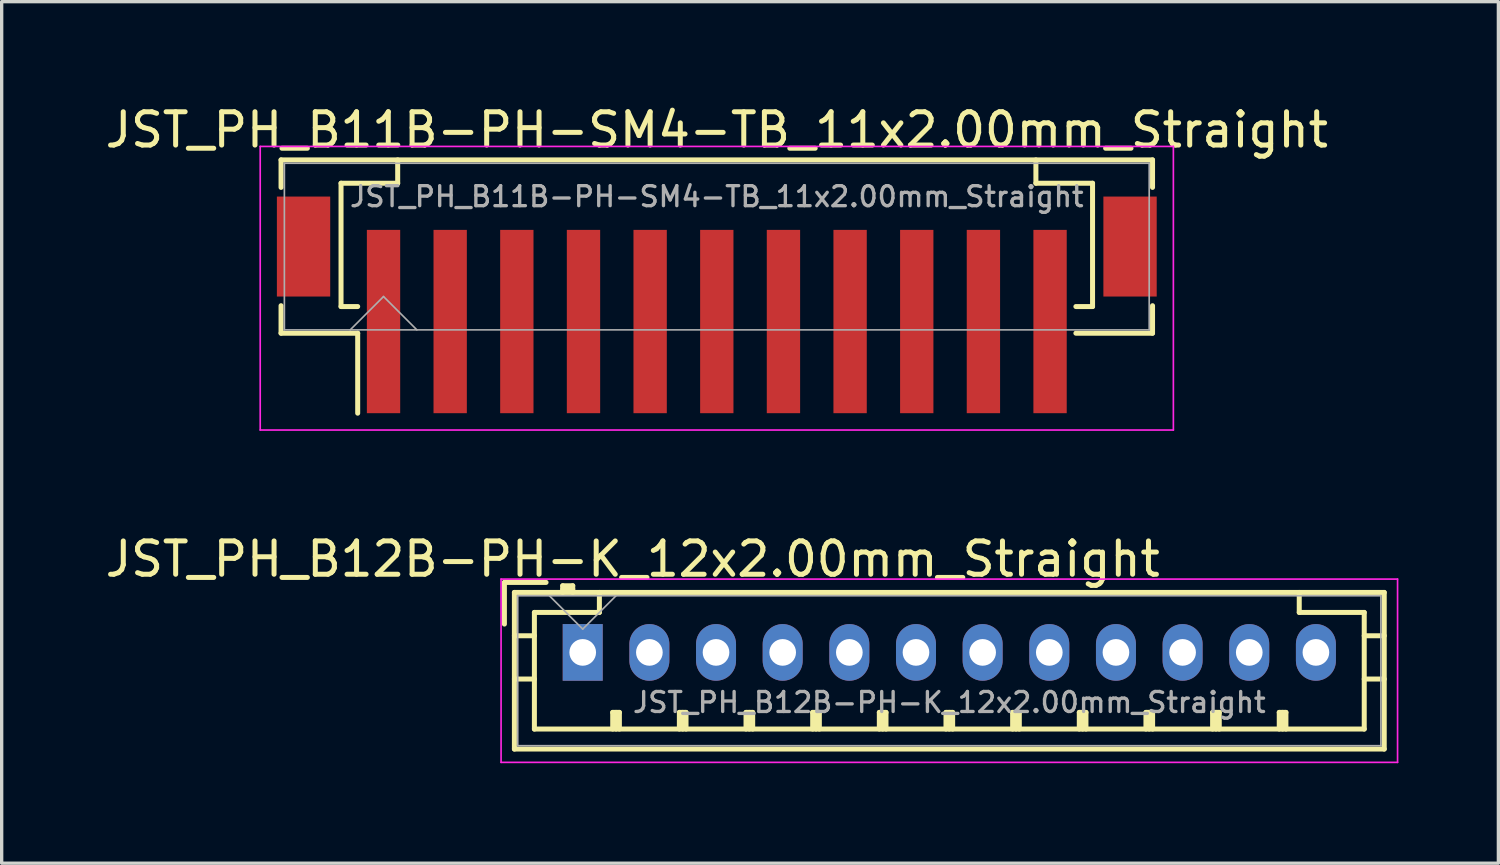
<source format=kicad_pcb>
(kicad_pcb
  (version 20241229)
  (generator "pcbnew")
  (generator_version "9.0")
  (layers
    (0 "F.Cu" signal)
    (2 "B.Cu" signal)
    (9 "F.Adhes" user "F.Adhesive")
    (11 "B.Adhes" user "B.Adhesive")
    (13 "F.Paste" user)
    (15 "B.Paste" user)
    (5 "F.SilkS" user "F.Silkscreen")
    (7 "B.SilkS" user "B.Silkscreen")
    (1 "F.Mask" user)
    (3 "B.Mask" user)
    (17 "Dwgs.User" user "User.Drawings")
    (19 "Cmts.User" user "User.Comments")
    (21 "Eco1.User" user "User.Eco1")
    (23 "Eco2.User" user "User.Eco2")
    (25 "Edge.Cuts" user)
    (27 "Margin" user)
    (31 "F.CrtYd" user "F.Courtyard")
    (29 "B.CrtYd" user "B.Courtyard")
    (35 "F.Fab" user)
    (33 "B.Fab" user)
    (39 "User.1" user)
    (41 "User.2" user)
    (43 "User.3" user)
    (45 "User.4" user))
  (footprint "JST_PH_B11B-PH-SM4-TB_11x2.00mm_Straight"
    (layer "F.Cu")
    (at 18.458 5.473)
    (property "Reference" "JST_PH_B11B-PH-SM4-TB_11x2.00mm_Straight" (at 0 -2.625 0) (layer "F.Fab") (effects (font (size 0.6 0.6) (thickness 0.1))))
    (attr smd)
    (fp_line (start -13.075 -3.725) (end 13.075 -3.725) (stroke (width 0.15) (type solid)) (layer "F.SilkS"))
    (fp_line (start -13.075 -2.9) (end -13.075 -3.725) (stroke (width 0.15) (type solid)) (layer "F.SilkS"))
    (fp_line (start -13.075 0.65) (end -13.075 1.475) (stroke (width 0.15) (type solid)) (layer "F.SilkS"))
    (fp_line (start -13.075 1.475) (end -10.775 1.475) (stroke (width 0.15) (type solid)) (layer "F.SilkS"))
    (fp_line (start -11.275 -3.025) (end -11.275 0.675) (stroke (width 0.15) (type solid)) (layer "F.SilkS"))
    (fp_line (start -11.275 0.675) (end -10.775 0.675) (stroke (width 0.15) (type solid)) (layer "F.SilkS"))
    (fp_line (start -10.775 1.475) (end -10.775 3.875) (stroke (width 0.15) (type solid)) (layer "F.SilkS"))
    (fp_line (start -9.575 -3.725) (end -9.575 -3.025) (stroke (width 0.15) (type solid)) (layer "F.SilkS"))
    (fp_line (start -9.575 -3.025) (end -11.275 -3.025) (stroke (width 0.15) (type solid)) (layer "F.SilkS"))
    (fp_line (start 9.575 -3.725) (end 9.575 -3.025) (stroke (width 0.15) (type solid)) (layer "F.SilkS"))
    (fp_line (start 9.575 -3.025) (end 11.275 -3.025) (stroke (width 0.15) (type solid)) (layer "F.SilkS"))
    (fp_line (start 11.275 -3.025) (end 11.275 0.675) (stroke (width 0.15) (type solid)) (layer "F.SilkS"))
    (fp_line (start 11.275 0.675) (end 10.775 0.675) (stroke (width 0.15) (type solid)) (layer "F.SilkS"))
    (fp_line (start 13.075 -3.725) (end 13.075 -2.9) (stroke (width 0.15) (type solid)) (layer "F.SilkS"))
    (fp_line (start 13.075 0.65) (end 13.075 1.475) (stroke (width 0.15) (type solid)) (layer "F.SilkS"))
    (fp_line (start 13.075 1.475) (end 10.775 1.475) (stroke (width 0.15) (type solid)) (layer "F.SilkS"))
    (fp_line (start -13.7 -4.13) (end -13.7 4.38) (stroke (width 0.05) (type solid)) (layer "F.CrtYd"))
    (fp_line (start -13.7 4.38) (end 13.7 4.38) (stroke (width 0.05) (type solid)) (layer "F.CrtYd"))
    (fp_line (start 13.7 -4.13) (end -13.7 -4.13) (stroke (width 0.05) (type solid)) (layer "F.CrtYd"))
    (fp_line (start 13.7 4.38) (end 13.7 -4.13) (stroke (width 0.05) (type solid)) (layer "F.CrtYd"))
    (fp_line (start -12.975 -3.625) (end -12.975 1.375) (stroke (width 0.05) (type solid)) (layer "F.Fab"))
    (fp_line (start -12.975 1.375) (end 12.975 1.375) (stroke (width 0.05) (type solid)) (layer "F.Fab"))
    (fp_line (start -11 1.375) (end -10 0.375) (stroke (width 0.05) (type solid)) (layer "F.Fab"))
    (fp_line (start -10 0.375) (end -9 1.375) (stroke (width 0.05) (type solid)) (layer "F.Fab"))
    (fp_line (start 12.975 -3.625) (end -12.975 -3.625) (stroke (width 0.05) (type solid)) (layer "F.Fab"))
    (fp_line (start 12.975 1.375) (end 12.975 -3.625) (stroke (width 0.05) (type solid)) (layer "F.Fab"))
    (fp_text user "${REFERENCE}" (at 0 -4.625 0) (layer "F.SilkS") (effects (font (size 1 1) (thickness 0.15))))
    (pad "" smd rect (at -12.4 -1.125) (size 1.6 3) (layers "F.Cu" "F.Mask" "F.Paste"))
    (pad "" smd rect (at 12.4 -1.125) (size 1.6 3) (layers "F.Cu" "F.Mask" "F.Paste"))
    (pad "1" smd rect (at -10 1.125) (size 1 5.5) (layers "F.Cu" "F.Mask" "F.Paste"))
    (pad "2" smd rect (at -8 1.125) (size 1 5.5) (layers "F.Cu" "F.Mask" "F.Paste"))
    (pad "3" smd rect (at -6 1.125) (size 1 5.5) (layers "F.Cu" "F.Mask" "F.Paste"))
    (pad "4" smd rect (at -4 1.125) (size 1 5.5) (layers "F.Cu" "F.Mask" "F.Paste"))
    (pad "5" smd rect (at -2 1.125) (size 1 5.5) (layers "F.Cu" "F.Mask" "F.Paste"))
    (pad "6" smd rect (at 0 1.125) (size 1 5.5) (layers "F.Cu" "F.Mask" "F.Paste"))
    (pad "7" smd rect (at 2 1.125) (size 1 5.5) (layers "F.Cu" "F.Mask" "F.Paste"))
    (pad "8" smd rect (at 4 1.125) (size 1 5.5) (layers "F.Cu" "F.Mask" "F.Paste"))
    (pad "9" smd rect (at 6 1.125) (size 1 5.5) (layers "F.Cu" "F.Mask" "F.Paste"))
    (pad "10" smd rect (at 8 1.125) (size 1 5.5) (layers "F.Cu" "F.Mask" "F.Paste"))
    (pad "11" smd rect (at 10 1.125) (size 1 5.5) (layers "F.Cu" "F.Mask" "F.Paste")))
  (footprint "JST_PH_B12B-PH-K_12x2.00mm_Straight"
    (layer "F.Cu")
    (at 14.435 16.526)
    (property "Reference" "JST_PH_B12B-PH-K_12x2.00mm_Straight" (at 11 1.5 0) (layer "F.Fab") (effects (font (size 0.6 0.6) (thickness 0.1))))
    (attr through_hole)
    (fp_line (start -2.35 -2.1) (end -2.35 -0.85) (stroke (width 0.15) (type solid)) (layer "F.SilkS"))
    (fp_line (start -2.05 -1.8) (end -2.05 2.9) (stroke (width 0.15) (type solid)) (layer "F.SilkS"))
    (fp_line (start -2.05 -0.5) (end -1.45 -0.5) (stroke (width 0.15) (type solid)) (layer "F.SilkS"))
    (fp_line (start -2.05 0.8) (end -1.45 0.8) (stroke (width 0.15) (type solid)) (layer "F.SilkS"))
    (fp_line (start -2.05 2.9) (end 24.05 2.9) (stroke (width 0.15) (type solid)) (layer "F.SilkS"))
    (fp_line (start -1.45 -1.2) (end -1.45 2.3) (stroke (width 0.15) (type solid)) (layer "F.SilkS"))
    (fp_line (start -1.45 2.3) (end 23.45 2.3) (stroke (width 0.15) (type solid)) (layer "F.SilkS"))
    (fp_line (start -1.1 -2.1) (end -2.35 -2.1) (stroke (width 0.15) (type solid)) (layer "F.SilkS"))
    (fp_line (start -0.6 -2) (end -0.6 -1.8) (stroke (width 0.15) (type solid)) (layer "F.SilkS"))
    (fp_line (start -0.3 -2) (end -0.6 -2) (stroke (width 0.15) (type solid)) (layer "F.SilkS"))
    (fp_line (start -0.3 -1.9) (end -0.6 -1.9) (stroke (width 0.15) (type solid)) (layer "F.SilkS"))
    (fp_line (start -0.3 -1.8) (end -0.3 -2) (stroke (width 0.15) (type solid)) (layer "F.SilkS"))
    (fp_line (start 0.5 -1.8) (end 0.5 -1.2) (stroke (width 0.15) (type solid)) (layer "F.SilkS"))
    (fp_line (start 0.5 -1.2) (end -1.45 -1.2) (stroke (width 0.15) (type solid)) (layer "F.SilkS"))
    (fp_line (start 0.9 1.8) (end 1.1 1.8) (stroke (width 0.15) (type solid)) (layer "F.SilkS"))
    (fp_line (start 0.9 2.3) (end 0.9 1.8) (stroke (width 0.15) (type solid)) (layer "F.SilkS"))
    (fp_line (start 1 2.3) (end 1 1.8) (stroke (width 0.15) (type solid)) (layer "F.SilkS"))
    (fp_line (start 1.1 1.8) (end 1.1 2.3) (stroke (width 0.15) (type solid)) (layer "F.SilkS"))
    (fp_line (start 2.9 1.8) (end 3.1 1.8) (stroke (width 0.15) (type solid)) (layer "F.SilkS"))
    (fp_line (start 2.9 2.3) (end 2.9 1.8) (stroke (width 0.15) (type solid)) (layer "F.SilkS"))
    (fp_line (start 3 2.3) (end 3 1.8) (stroke (width 0.15) (type solid)) (layer "F.SilkS"))
    (fp_line (start 3.1 1.8) (end 3.1 2.3) (stroke (width 0.15) (type solid)) (layer "F.SilkS"))
    (fp_line (start 4.9 1.8) (end 5.1 1.8) (stroke (width 0.15) (type solid)) (layer "F.SilkS"))
    (fp_line (start 4.9 2.3) (end 4.9 1.8) (stroke (width 0.15) (type solid)) (layer "F.SilkS"))
    (fp_line (start 5 2.3) (end 5 1.8) (stroke (width 0.15) (type solid)) (layer "F.SilkS"))
    (fp_line (start 5.1 1.8) (end 5.1 2.3) (stroke (width 0.15) (type solid)) (layer "F.SilkS"))
    (fp_line (start 6.9 1.8) (end 7.1 1.8) (stroke (width 0.15) (type solid)) (layer "F.SilkS"))
    (fp_line (start 6.9 2.3) (end 6.9 1.8) (stroke (width 0.15) (type solid)) (layer "F.SilkS"))
    (fp_line (start 7 2.3) (end 7 1.8) (stroke (width 0.15) (type solid)) (layer "F.SilkS"))
    (fp_line (start 7.1 1.8) (end 7.1 2.3) (stroke (width 0.15) (type solid)) (layer "F.SilkS"))
    (fp_line (start 8.9 1.8) (end 9.1 1.8) (stroke (width 0.15) (type solid)) (layer "F.SilkS"))
    (fp_line (start 8.9 2.3) (end 8.9 1.8) (stroke (width 0.15) (type solid)) (layer "F.SilkS"))
    (fp_line (start 9 2.3) (end 9 1.8) (stroke (width 0.15) (type solid)) (layer "F.SilkS"))
    (fp_line (start 9.1 1.8) (end 9.1 2.3) (stroke (width 0.15) (type solid)) (layer "F.SilkS"))
    (fp_line (start 10.9 1.8) (end 11.1 1.8) (stroke (width 0.15) (type solid)) (layer "F.SilkS"))
    (fp_line (start 10.9 2.3) (end 10.9 1.8) (stroke (width 0.15) (type solid)) (layer "F.SilkS"))
    (fp_line (start 11 2.3) (end 11 1.8) (stroke (width 0.15) (type solid)) (layer "F.SilkS"))
    (fp_line (start 11.1 1.8) (end 11.1 2.3) (stroke (width 0.15) (type solid)) (layer "F.SilkS"))
    (fp_line (start 12.9 1.8) (end 13.1 1.8) (stroke (width 0.15) (type solid)) (layer "F.SilkS"))
    (fp_line (start 12.9 2.3) (end 12.9 1.8) (stroke (width 0.15) (type solid)) (layer "F.SilkS"))
    (fp_line (start 13 2.3) (end 13 1.8) (stroke (width 0.15) (type solid)) (layer "F.SilkS"))
    (fp_line (start 13.1 1.8) (end 13.1 2.3) (stroke (width 0.15) (type solid)) (layer "F.SilkS"))
    (fp_line (start 14.9 1.8) (end 15.1 1.8) (stroke (width 0.15) (type solid)) (layer "F.SilkS"))
    (fp_line (start 14.9 2.3) (end 14.9 1.8) (stroke (width 0.15) (type solid)) (layer "F.SilkS"))
    (fp_line (start 15 2.3) (end 15 1.8) (stroke (width 0.15) (type solid)) (layer "F.SilkS"))
    (fp_line (start 15.1 1.8) (end 15.1 2.3) (stroke (width 0.15) (type solid)) (layer "F.SilkS"))
    (fp_line (start 16.9 1.8) (end 17.1 1.8) (stroke (width 0.15) (type solid)) (layer "F.SilkS"))
    (fp_line (start 16.9 2.3) (end 16.9 1.8) (stroke (width 0.15) (type solid)) (layer "F.SilkS"))
    (fp_line (start 17 2.3) (end 17 1.8) (stroke (width 0.15) (type solid)) (layer "F.SilkS"))
    (fp_line (start 17.1 1.8) (end 17.1 2.3) (stroke (width 0.15) (type solid)) (layer "F.SilkS"))
    (fp_line (start 18.9 1.8) (end 19.1 1.8) (stroke (width 0.15) (type solid)) (layer "F.SilkS"))
    (fp_line (start 18.9 2.3) (end 18.9 1.8) (stroke (width 0.15) (type solid)) (layer "F.SilkS"))
    (fp_line (start 19 2.3) (end 19 1.8) (stroke (width 0.15) (type solid)) (layer "F.SilkS"))
    (fp_line (start 19.1 1.8) (end 19.1 2.3) (stroke (width 0.15) (type solid)) (layer "F.SilkS"))
    (fp_line (start 20.9 1.8) (end 21.1 1.8) (stroke (width 0.15) (type solid)) (layer "F.SilkS"))
    (fp_line (start 20.9 2.3) (end 20.9 1.8) (stroke (width 0.15) (type solid)) (layer "F.SilkS"))
    (fp_line (start 21 2.3) (end 21 1.8) (stroke (width 0.15) (type solid)) (layer "F.SilkS"))
    (fp_line (start 21.1 1.8) (end 21.1 2.3) (stroke (width 0.15) (type solid)) (layer "F.SilkS"))
    (fp_line (start 21.5 -1.2) (end 21.5 -1.8) (stroke (width 0.15) (type solid)) (layer "F.SilkS"))
    (fp_line (start 23.45 -1.2) (end 21.5 -1.2) (stroke (width 0.15) (type solid)) (layer "F.SilkS"))
    (fp_line (start 23.45 2.3) (end 23.45 -1.2) (stroke (width 0.15) (type solid)) (layer "F.SilkS"))
    (fp_line (start 24.05 -1.8) (end -2.05 -1.8) (stroke (width 0.15) (type solid)) (layer "F.SilkS"))
    (fp_line (start 24.05 -0.5) (end 23.45 -0.5) (stroke (width 0.15) (type solid)) (layer "F.SilkS"))
    (fp_line (start 24.05 0.8) (end 23.45 0.8) (stroke (width 0.15) (type solid)) (layer "F.SilkS"))
    (fp_line (start 24.05 2.9) (end 24.05 -1.8) (stroke (width 0.15) (type solid)) (layer "F.SilkS"))
    (fp_line (start -2.45 -2.2) (end -2.45 3.3) (stroke (width 0.05) (type solid)) (layer "F.CrtYd"))
    (fp_line (start -2.45 3.3) (end 24.45 3.3) (stroke (width 0.05) (type solid)) (layer "F.CrtYd"))
    (fp_line (start 24.45 -2.2) (end -2.45 -2.2) (stroke (width 0.05) (type solid)) (layer "F.CrtYd"))
    (fp_line (start 24.45 3.3) (end 24.45 -2.2) (stroke (width 0.05) (type solid)) (layer "F.CrtYd"))
    (fp_line (start -1.95 -1.7) (end -1.95 2.8) (stroke (width 0.05) (type solid)) (layer "F.Fab"))
    (fp_line (start -1.95 2.8) (end 23.95 2.8) (stroke (width 0.05) (type solid)) (layer "F.Fab"))
    (fp_line (start -1 -1.7) (end 0 -0.7) (stroke (width 0.05) (type solid)) (layer "F.Fab"))
    (fp_line (start 0 -0.7) (end 1 -1.7) (stroke (width 0.05) (type solid)) (layer "F.Fab"))
    (fp_line (start 23.95 -1.7) (end -1.95 -1.7) (stroke (width 0.05) (type solid)) (layer "F.Fab"))
    (fp_line (start 23.95 2.8) (end 23.95 -1.7) (stroke (width 0.05) (type solid)) (layer "F.Fab"))
    (fp_text user "${REFERENCE}" (at 1.5 -2.8 0) (layer "F.SilkS") (effects (font (size 1 1) (thickness 0.15))))
    (pad "1" thru_hole rect (at 0 0) (size 1.2 1.7) (drill 0.8) (layers "*.Cu" "*.Mask"))
    (pad "2" thru_hole oval (at 2 0) (size 1.2 1.7) (drill 0.8) (layers "*.Cu" "*.Mask"))
    (pad "3" thru_hole oval (at 4 0) (size 1.2 1.7) (drill 0.8) (layers "*.Cu" "*.Mask"))
    (pad "4" thru_hole oval (at 6 0) (size 1.2 1.7) (drill 0.8) (layers "*.Cu" "*.Mask"))
    (pad "5" thru_hole oval (at 8 0) (size 1.2 1.7) (drill 0.8) (layers "*.Cu" "*.Mask"))
    (pad "6" thru_hole oval (at 10 0) (size 1.2 1.7) (drill 0.8) (layers "*.Cu" "*.Mask"))
    (pad "7" thru_hole oval (at 12 0) (size 1.2 1.7) (drill 0.8) (layers "*.Cu" "*.Mask"))
    (pad "8" thru_hole oval (at 14 0) (size 1.2 1.7) (drill 0.8) (layers "*.Cu" "*.Mask"))
    (pad "9" thru_hole oval (at 16 0) (size 1.2 1.7) (drill 0.8) (layers "*.Cu" "*.Mask"))
    (pad "10" thru_hole oval (at 18 0) (size 1.2 1.7) (drill 0.8) (layers "*.Cu" "*.Mask"))
    (pad "11" thru_hole oval (at 20 0) (size 1.2 1.7) (drill 0.8) (layers "*.Cu" "*.Mask"))
    (pad "12" thru_hole oval (at 22 0) (size 1.2 1.7) (drill 0.8) (layers "*.Cu" "*.Mask")))
  (gr_rect
    (start -3 -3)
    (end 41.91 22.852)
    (stroke (width 0.1) (type default))
    (fill no)
    (layer "Edge.Cuts")))
</source>
